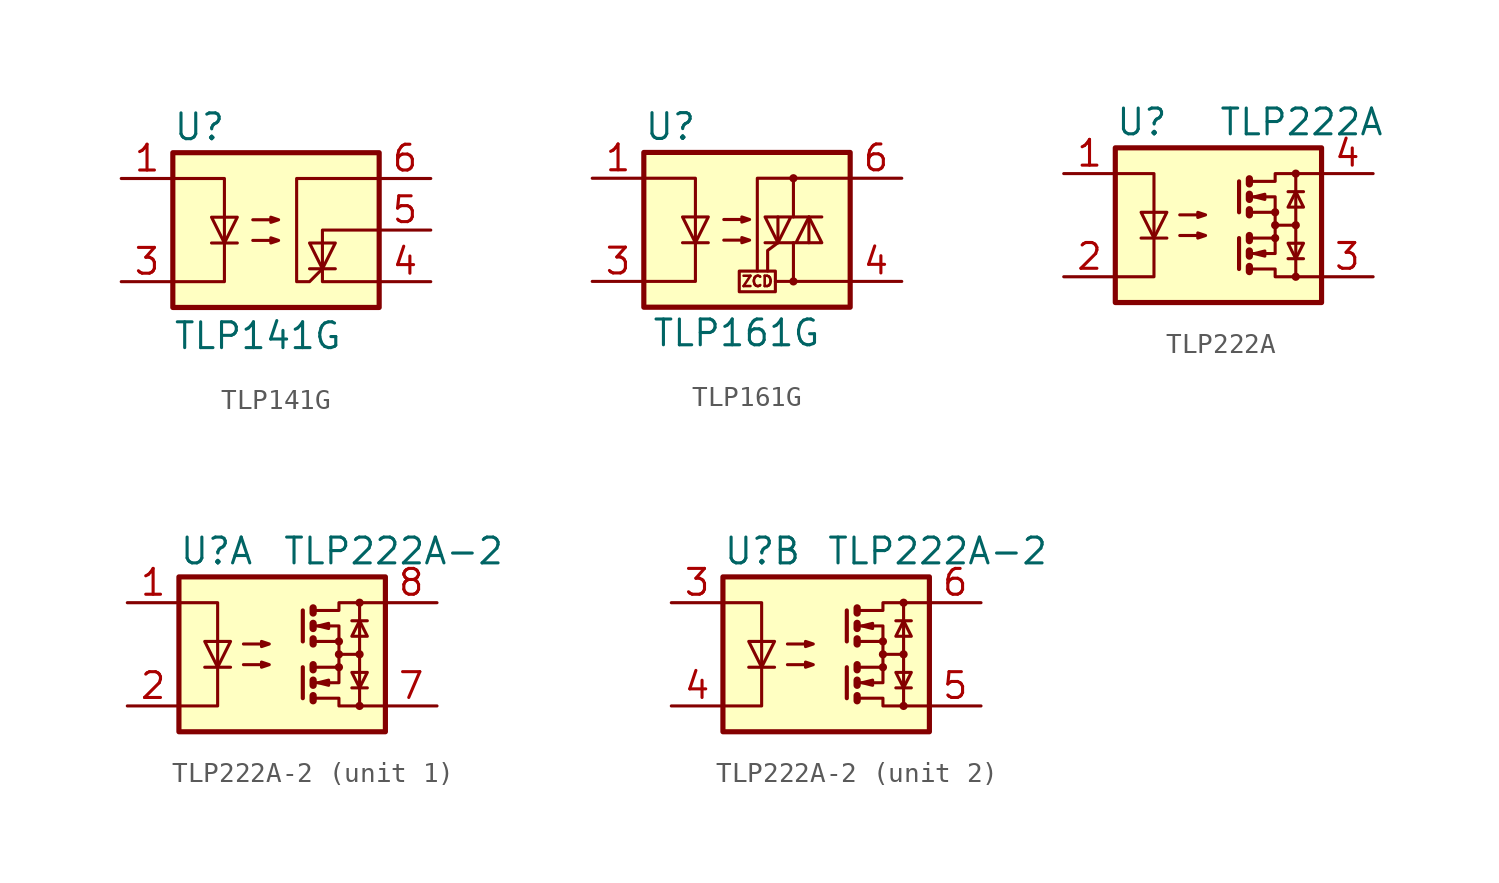
<source format=kicad_sym>
(kicad_symbol_lib
  (version 20241209)
  (generator "kicad_symbol_editor")
  (generator_version "9.0")
  (symbol "TLP141G"
    (property "Reference" "U"
      (at -5.08 5.08 0)
      (effects (font (size 1.27 1.27)) (justify left)))
    (property "Value" "TLP141G"
      (at -5.08 -5.207 0)
      (effects (font (size 1.27 1.27)) (justify left)))
    (symbol "TLP141G_0_1"
      (rectangle (start -5.08 3.81) (end 5.08 -3.81) (stroke (width 0.254) (type default)) (fill (type background)))
      (polyline (pts (xy -5.08 2.54) (xy -2.54 2.54) (xy -2.54 -2.54) (xy -5.08 -2.54)) (stroke (width 0) (type default)) (fill (type none)))
      (polyline (pts (xy -3.175 -0.635) (xy -1.905 -0.635)) (stroke (width 0) (type default)) (fill (type none)))
      (polyline (pts (xy -2.54 -0.635) (xy -3.175 0.635) (xy -1.905 0.635) (xy -2.54 -0.635)) (stroke (width 0) (type default)) (fill (type none)))
      (polyline (pts (xy -1.143 0.508) (xy 0.127 0.508) (xy -0.254 0.381) (xy -0.254 0.635) (xy 0.127 0.508)) (stroke (width 0) (type default)) (fill (type none)))
      (polyline (pts (xy -1.143 -0.508) (xy 0.127 -0.508) (xy -0.254 -0.635) (xy -0.254 -0.381) (xy 0.127 -0.508)) (stroke (width 0) (type default)) (fill (type none)))
      (polyline (pts (xy 1.651 -1.905) (xy 2.921 -1.905)) (stroke (width 0) (type default)) (fill (type none)))
      (polyline (pts (xy 2.286 -1.905) (xy 1.651 -2.54) (xy 1.016 -2.54) (xy 1.016 2.54) (xy 5.08 2.54)) (stroke (width 0) (type default)) (fill (type none)))
      (polyline (pts (xy 2.921 -0.635) (xy 1.651 -0.635) (xy 2.286 -1.905) (xy 2.921 -0.635)) (stroke (width 0) (type default)) (fill (type none)))
      (polyline (pts (xy 5.08 0) (xy 2.286 0) (xy 2.286 -2.54) (xy 5.08 -2.54)) (stroke (width 0) (type default)) (fill (type none))))
    (symbol "TLP141G_1_1"
      (pin passive line (at -7.62 2.54 0) (length 2.54) (name "~" (effects (font (size 1.27 1.27)))) (number "1" (effects (font (size 1.27 1.27)))))
      (pin passive line (at -7.62 -2.54 0) (length 2.54) (name "~" (effects (font (size 1.27 1.27)))) (number "3" (effects (font (size 1.27 1.27)))))
      (pin passive line (at 7.62 2.54 180) (length 2.54) (name "~" (effects (font (size 1.27 1.27)))) (number "6" (effects (font (size 1.27 1.27)))))
      (pin passive line (at 7.62 0 180) (length 2.54) (name "~" (effects (font (size 1.27 1.27)))) (number "5" (effects (font (size 1.27 1.27)))))
      (pin passive line (at 7.62 -2.54 180) (length 2.54) (name "~" (effects (font (size 1.27 1.27)))) (number "4" (effects (font (size 1.27 1.27)))))))
  (symbol "TLP161G"
    (property "Reference" "U"
      (at -5.08 5.08 0)
      (effects (font (size 1.27 1.27)) (justify left)))
    (property "Value" "TLP161G"
      (at -4.699 -5.08 0)
      (effects (font (size 1.27 1.27)) (justify left)))
    (symbol "TLP161G_0_0"
      (rectangle (start -0.381 -2.032) (end 1.397 -3.048) (stroke (width 0) (type default)) (fill (type none)))
      (polyline (pts (xy 1.524 -0.635) (xy 1.016 -1.016) (xy 1.016 -2.032)) (stroke (width 0) (type default)) (fill (type none)))
      (polyline (pts (xy 2.286 -2.54) (xy 1.397 -2.54)) (stroke (width 0) (type default)) (fill (type none)))
      (text "ZCD" (at 0.508 -2.54 0) (effects (font (size 0.508 0.508)))))
    (symbol "TLP161G_0_1"
      (rectangle (start -5.08 3.81) (end 5.08 -3.81) (stroke (width 0.254) (type default)) (fill (type background)))
      (polyline (pts (xy -5.08 2.54) (xy -2.54 2.54) (xy -2.54 -2.54) (xy -5.08 -2.54)) (stroke (width 0) (type default)) (fill (type none)))
      (polyline (pts (xy -3.175 -0.635) (xy -1.905 -0.635)) (stroke (width 0) (type default)) (fill (type none)))
      (polyline (pts (xy -2.54 -0.635) (xy -3.175 0.635) (xy -1.905 0.635) (xy -2.54 -0.635)) (stroke (width 0) (type default)) (fill (type none)))
      (polyline (pts (xy -1.143 0.508) (xy 0.127 0.508) (xy -0.254 0.381) (xy -0.254 0.635) (xy 0.127 0.508)) (stroke (width 0) (type default)) (fill (type none)))
      (polyline (pts (xy -1.143 -0.508) (xy 0.127 -0.508) (xy -0.254 -0.635) (xy -0.254 -0.381) (xy 0.127 -0.508)) (stroke (width 0) (type default)) (fill (type none)))
      (polyline (pts (xy 0.889 -0.635) (xy 3.683 -0.635) (xy 3.048 0.635) (xy 2.413 -0.635)) (stroke (width 0) (type default)) (fill (type none)))
      (polyline (pts (xy 1.524 -0.635) (xy 1.524 0.635)) (stroke (width 0) (type default)) (fill (type none)))
      (polyline (pts (xy 2.286 2.54) (xy 0.508 2.54) (xy 0.508 -2.032)) (stroke (width 0) (type default)) (fill (type none)))
      (circle (center 2.286 2.54) (radius 0.127) (stroke (width 0) (type default)) (fill (type none)))
      (polyline (pts (xy 2.286 0.635) (xy 2.286 2.54) (xy 5.08 2.54)) (stroke (width 0) (type default)) (fill (type none)))
      (polyline (pts (xy 2.286 -0.635) (xy 2.286 -2.54) (xy 5.08 -2.54)) (stroke (width 0) (type default)) (fill (type none)))
      (circle (center 2.286 -2.54) (radius 0.127) (stroke (width 0) (type default)) (fill (type none)))
      (polyline (pts (xy 3.048 0.635) (xy 3.048 -0.635)) (stroke (width 0) (type default)) (fill (type none)))
      (polyline (pts (xy 3.683 0.635) (xy 0.889 0.635) (xy 1.524 -0.635) (xy 2.159 0.635)) (stroke (width 0) (type default)) (fill (type none))))
    (symbol "TLP161G_1_1"
      (pin passive line (at -7.62 2.54 0) (length 2.54) (name "~" (effects (font (size 1.27 1.27)))) (number "1" (effects (font (size 1.27 1.27)))))
      (pin passive line (at -7.62 -2.54 0) (length 2.54) (name "~" (effects (font (size 1.27 1.27)))) (number "3" (effects (font (size 1.27 1.27)))))
      (pin passive line (at 7.62 2.54 180) (length 2.54) (name "~" (effects (font (size 1.27 1.27)))) (number "6" (effects (font (size 1.27 1.27)))))
      (pin passive line (at 7.62 -2.54 180) (length 2.54) (name "~" (effects (font (size 1.27 1.27)))) (number "4" (effects (font (size 1.27 1.27)))))))
  (symbol "TLP222A"
    (property "Reference" "U"
      (at -5.08 5.08 0)
      (effects (font (size 1.27 1.27)) (justify left)))
    (property "Value" "TLP222A"
      (at 0 5.08 0)
      (effects (font (size 1.27 1.27)) (justify left)))
    (symbol "TLP222A_0_1"
      (rectangle (start -5.08 3.81) (end 5.08 -3.81) (stroke (width 0.254) (type default)) (fill (type background)))
      (polyline (pts (xy -5.08 2.54) (xy -3.175 2.54) (xy -3.175 -2.54) (xy -5.08 -2.54)) (stroke (width 0) (type default)) (fill (type none)))
      (polyline (pts (xy -3.81 -0.635) (xy -2.54 -0.635)) (stroke (width 0) (type default)) (fill (type none)))
      (polyline (pts (xy -3.175 -0.635) (xy -3.81 0.635) (xy -2.54 0.635) (xy -3.175 -0.635)) (stroke (width 0) (type default)) (fill (type none)))
      (polyline (pts (xy -1.905 0.508) (xy -0.635 0.508) (xy -1.016 0.381) (xy -1.016 0.635) (xy -0.635 0.508)) (stroke (width 0) (type default)) (fill (type none)))
      (polyline (pts (xy -1.905 -0.508) (xy -0.635 -0.508) (xy -1.016 -0.635) (xy -1.016 -0.381) (xy -0.635 -0.508)) (stroke (width 0) (type default)) (fill (type none)))
      (polyline (pts (xy 1.016 2.159) (xy 1.016 0.635)) (stroke (width 0.203) (type default)) (fill (type none)))
      (polyline (pts (xy 1.016 -0.635) (xy 1.016 -2.159)) (stroke (width 0.203) (type default)) (fill (type none)))
      (polyline (pts (xy 1.524 2.286) (xy 1.524 2.032) (xy 1.524 2.032)) (stroke (width 0.356) (type default)) (fill (type none)))
      (polyline (pts (xy 1.524 1.524) (xy 1.524 1.27) (xy 1.524 1.27)) (stroke (width 0.356) (type default)) (fill (type none)))
      (polyline (pts (xy 1.524 0.762) (xy 1.524 0.508) (xy 1.524 0.508)) (stroke (width 0.356) (type default)) (fill (type none)))
      (polyline (pts (xy 1.524 -0.508) (xy 1.524 -0.762)) (stroke (width 0.356) (type default)) (fill (type none)))
      (polyline (pts (xy 1.524 -1.27) (xy 1.524 -1.524) (xy 1.524 -1.524)) (stroke (width 0.356) (type default)) (fill (type none)))
      (polyline (pts (xy 1.524 -2.032) (xy 1.524 -2.286) (xy 1.524 -2.286)) (stroke (width 0.356) (type default)) (fill (type none)))
      (polyline (pts (xy 1.651 2.159) (xy 2.794 2.159) (xy 2.794 2.54) (xy 5.08 2.54)) (stroke (width 0) (type default)) (fill (type none)))
      (polyline (pts (xy 1.651 1.397) (xy 2.794 1.397) (xy 2.794 0.635)) (stroke (width 0) (type default)) (fill (type none)))
      (polyline (pts (xy 1.651 -0.635) (xy 2.794 -0.635) (xy 2.794 0.635) (xy 1.651 0.635)) (stroke (width 0) (type default)) (fill (type none)))
      (polyline (pts (xy 1.651 -1.397) (xy 2.794 -1.397) (xy 2.794 -0.635)) (stroke (width 0) (type default)) (fill (type none)))
      (polyline (pts (xy 1.651 -2.159) (xy 2.794 -2.159) (xy 2.794 -2.54) (xy 5.08 -2.54)) (stroke (width 0) (type default)) (fill (type none)))
      (polyline (pts (xy 1.778 1.397) (xy 2.286 1.524) (xy 2.286 1.27) (xy 1.778 1.397)) (stroke (width 0) (type default)) (fill (type none)))
      (polyline (pts (xy 1.778 -1.397) (xy 2.286 -1.27) (xy 2.286 -1.524) (xy 1.778 -1.397)) (stroke (width 0) (type default)) (fill (type none)))
      (circle (center 2.794 0.635) (radius 0.127) (stroke (width 0) (type default)) (fill (type none)))
      (polyline (pts (xy 2.794 0) (xy 3.81 0)) (stroke (width 0) (type default)) (fill (type none)))
      (circle (center 2.794 0) (radius 0.127) (stroke (width 0) (type default)) (fill (type none)))
      (circle (center 2.794 -0.635) (radius 0.127) (stroke (width 0) (type default)) (fill (type none)))
      (polyline (pts (xy 3.429 1.651) (xy 4.191 1.651)) (stroke (width 0) (type default)) (fill (type none)))
      (polyline (pts (xy 3.429 -1.651) (xy 4.191 -1.651)) (stroke (width 0) (type default)) (fill (type none)))
      (circle (center 3.81 2.54) (radius 0.127) (stroke (width 0) (type default)) (fill (type none)))
      (polyline (pts (xy 3.81 1.651) (xy 3.429 0.889) (xy 4.191 0.889) (xy 3.81 1.651)) (stroke (width 0) (type default)) (fill (type none)))
      (circle (center 3.81 0) (radius 0.127) (stroke (width 0) (type default)) (fill (type none)))
      (polyline (pts (xy 3.81 -1.651) (xy 3.429 -0.889) (xy 4.191 -0.889) (xy 3.81 -1.651)) (stroke (width 0) (type default)) (fill (type none)))
      (polyline (pts (xy 3.81 -2.54) (xy 3.81 2.54)) (stroke (width 0) (type default)) (fill (type none)))
      (circle (center 3.81 -2.54) (radius 0.127) (stroke (width 0) (type default)) (fill (type none))))
    (symbol "TLP222A_1_1"
      (pin passive line (at -7.62 2.54 0) (length 2.54) (name "~" (effects (font (size 1.27 1.27)))) (number "1" (effects (font (size 1.27 1.27)))))
      (pin passive line (at -7.62 -2.54 0) (length 2.54) (name "~" (effects (font (size 1.27 1.27)))) (number "2" (effects (font (size 1.27 1.27)))))
      (pin passive line (at 7.62 2.54 180) (length 2.54) (name "~" (effects (font (size 1.27 1.27)))) (number "4" (effects (font (size 1.27 1.27)))))
      (pin passive line (at 7.62 -2.54 180) (length 2.54) (name "~" (effects (font (size 1.27 1.27)))) (number "3" (effects (font (size 1.27 1.27)))))))
  (symbol "TLP222A-2"
    (property "Reference" "U"
      (at -5.08 5.08 0)
      (effects (font (size 1.27 1.27)) (justify left)))
    (property "Value" "TLP222A-2"
      (at 0 5.08 0)
      (effects (font (size 1.27 1.27)) (justify left)))
    (symbol "TLP222A-2_0_1"
      (rectangle (start -5.08 3.81) (end 5.08 -3.81) (stroke (width 0.254) (type default)) (fill (type background)))
      (polyline (pts (xy -5.08 2.54) (xy -3.175 2.54) (xy -3.175 -2.54) (xy -5.08 -2.54)) (stroke (width 0) (type default)) (fill (type none)))
      (polyline (pts (xy -3.81 -0.635) (xy -2.54 -0.635)) (stroke (width 0) (type default)) (fill (type none)))
      (polyline (pts (xy -3.175 -0.635) (xy -3.81 0.635) (xy -2.54 0.635) (xy -3.175 -0.635)) (stroke (width 0) (type default)) (fill (type none)))
      (polyline (pts (xy -1.905 0.508) (xy -0.635 0.508) (xy -1.016 0.381) (xy -1.016 0.635) (xy -0.635 0.508)) (stroke (width 0) (type default)) (fill (type none)))
      (polyline (pts (xy -1.905 -0.508) (xy -0.635 -0.508) (xy -1.016 -0.635) (xy -1.016 -0.381) (xy -0.635 -0.508)) (stroke (width 0) (type default)) (fill (type none)))
      (polyline (pts (xy 1.016 2.159) (xy 1.016 0.635)) (stroke (width 0.203) (type default)) (fill (type none)))
      (polyline (pts (xy 1.016 -0.635) (xy 1.016 -2.159)) (stroke (width 0.203) (type default)) (fill (type none)))
      (polyline (pts (xy 1.524 2.286) (xy 1.524 2.032) (xy 1.524 2.032)) (stroke (width 0.356) (type default)) (fill (type none)))
      (polyline (pts (xy 1.524 1.524) (xy 1.524 1.27) (xy 1.524 1.27)) (stroke (width 0.356) (type default)) (fill (type none)))
      (polyline (pts (xy 1.524 0.762) (xy 1.524 0.508) (xy 1.524 0.508)) (stroke (width 0.356) (type default)) (fill (type none)))
      (polyline (pts (xy 1.524 -0.508) (xy 1.524 -0.762)) (stroke (width 0.356) (type default)) (fill (type none)))
      (polyline (pts (xy 1.524 -1.27) (xy 1.524 -1.524) (xy 1.524 -1.524)) (stroke (width 0.356) (type default)) (fill (type none)))
      (polyline (pts (xy 1.524 -2.032) (xy 1.524 -2.286) (xy 1.524 -2.286)) (stroke (width 0.356) (type default)) (fill (type none)))
      (polyline (pts (xy 1.651 2.159) (xy 2.794 2.159) (xy 2.794 2.54) (xy 5.08 2.54)) (stroke (width 0) (type default)) (fill (type none)))
      (polyline (pts (xy 1.651 1.397) (xy 2.794 1.397) (xy 2.794 0.635)) (stroke (width 0) (type default)) (fill (type none)))
      (polyline (pts (xy 1.651 -0.635) (xy 2.794 -0.635) (xy 2.794 0.635) (xy 1.651 0.635)) (stroke (width 0) (type default)) (fill (type none)))
      (polyline (pts (xy 1.651 -1.397) (xy 2.794 -1.397) (xy 2.794 -0.635)) (stroke (width 0) (type default)) (fill (type none)))
      (polyline (pts (xy 1.651 -2.159) (xy 2.794 -2.159) (xy 2.794 -2.54) (xy 5.08 -2.54)) (stroke (width 0) (type default)) (fill (type none)))
      (polyline (pts (xy 1.778 1.397) (xy 2.286 1.524) (xy 2.286 1.27) (xy 1.778 1.397)) (stroke (width 0) (type default)) (fill (type none)))
      (polyline (pts (xy 1.778 -1.397) (xy 2.286 -1.27) (xy 2.286 -1.524) (xy 1.778 -1.397)) (stroke (width 0) (type default)) (fill (type none)))
      (circle (center 2.794 0.635) (radius 0.127) (stroke (width 0) (type default)) (fill (type none)))
      (polyline (pts (xy 2.794 0) (xy 3.81 0)) (stroke (width 0) (type default)) (fill (type none)))
      (circle (center 2.794 0) (radius 0.127) (stroke (width 0) (type default)) (fill (type none)))
      (circle (center 2.794 -0.635) (radius 0.127) (stroke (width 0) (type default)) (fill (type none)))
      (polyline (pts (xy 3.429 1.651) (xy 4.191 1.651)) (stroke (width 0) (type default)) (fill (type none)))
      (polyline (pts (xy 3.429 -1.651) (xy 4.191 -1.651)) (stroke (width 0) (type default)) (fill (type none)))
      (circle (center 3.81 2.54) (radius 0.127) (stroke (width 0) (type default)) (fill (type none)))
      (polyline (pts (xy 3.81 1.651) (xy 3.429 0.889) (xy 4.191 0.889) (xy 3.81 1.651)) (stroke (width 0) (type default)) (fill (type none)))
      (circle (center 3.81 0) (radius 0.127) (stroke (width 0) (type default)) (fill (type none)))
      (polyline (pts (xy 3.81 -1.651) (xy 3.429 -0.889) (xy 4.191 -0.889) (xy 3.81 -1.651)) (stroke (width 0) (type default)) (fill (type none)))
      (polyline (pts (xy 3.81 -2.54) (xy 3.81 2.54)) (stroke (width 0) (type default)) (fill (type none)))
      (circle (center 3.81 -2.54) (radius 0.127) (stroke (width 0) (type default)) (fill (type none))))
    (symbol "TLP222A-2_1_1"
      (pin passive line (at -7.62 2.54 0) (length 2.54) (name "~" (effects (font (size 1.27 1.27)))) (number "1" (effects (font (size 1.27 1.27)))))
      (pin passive line (at -7.62 -2.54 0) (length 2.54) (name "~" (effects (font (size 1.27 1.27)))) (number "2" (effects (font (size 1.27 1.27)))))
      (pin passive line (at 7.62 2.54 180) (length 2.54) (name "~" (effects (font (size 1.27 1.27)))) (number "8" (effects (font (size 1.27 1.27)))))
      (pin passive line (at 7.62 -2.54 180) (length 2.54) (name "~" (effects (font (size 1.27 1.27)))) (number "7" (effects (font (size 1.27 1.27))))))
    (symbol "TLP222A-2_2_1"
      (pin passive line (at -7.62 2.54 0) (length 2.54) (name "~" (effects (font (size 1.27 1.27)))) (number "3" (effects (font (size 1.27 1.27)))))
      (pin passive line (at -7.62 -2.54 0) (length 2.54) (name "~" (effects (font (size 1.27 1.27)))) (number "4" (effects (font (size 1.27 1.27)))))
      (pin passive line (at 7.62 2.54 180) (length 2.54) (name "~" (effects (font (size 1.27 1.27)))) (number "6" (effects (font (size 1.27 1.27)))))
      (pin passive line (at 7.62 -2.54 180) (length 2.54) (name "~" (effects (font (size 1.27 1.27)))) (number "5" (effects (font (size 1.27 1.27))))))))
</source>
